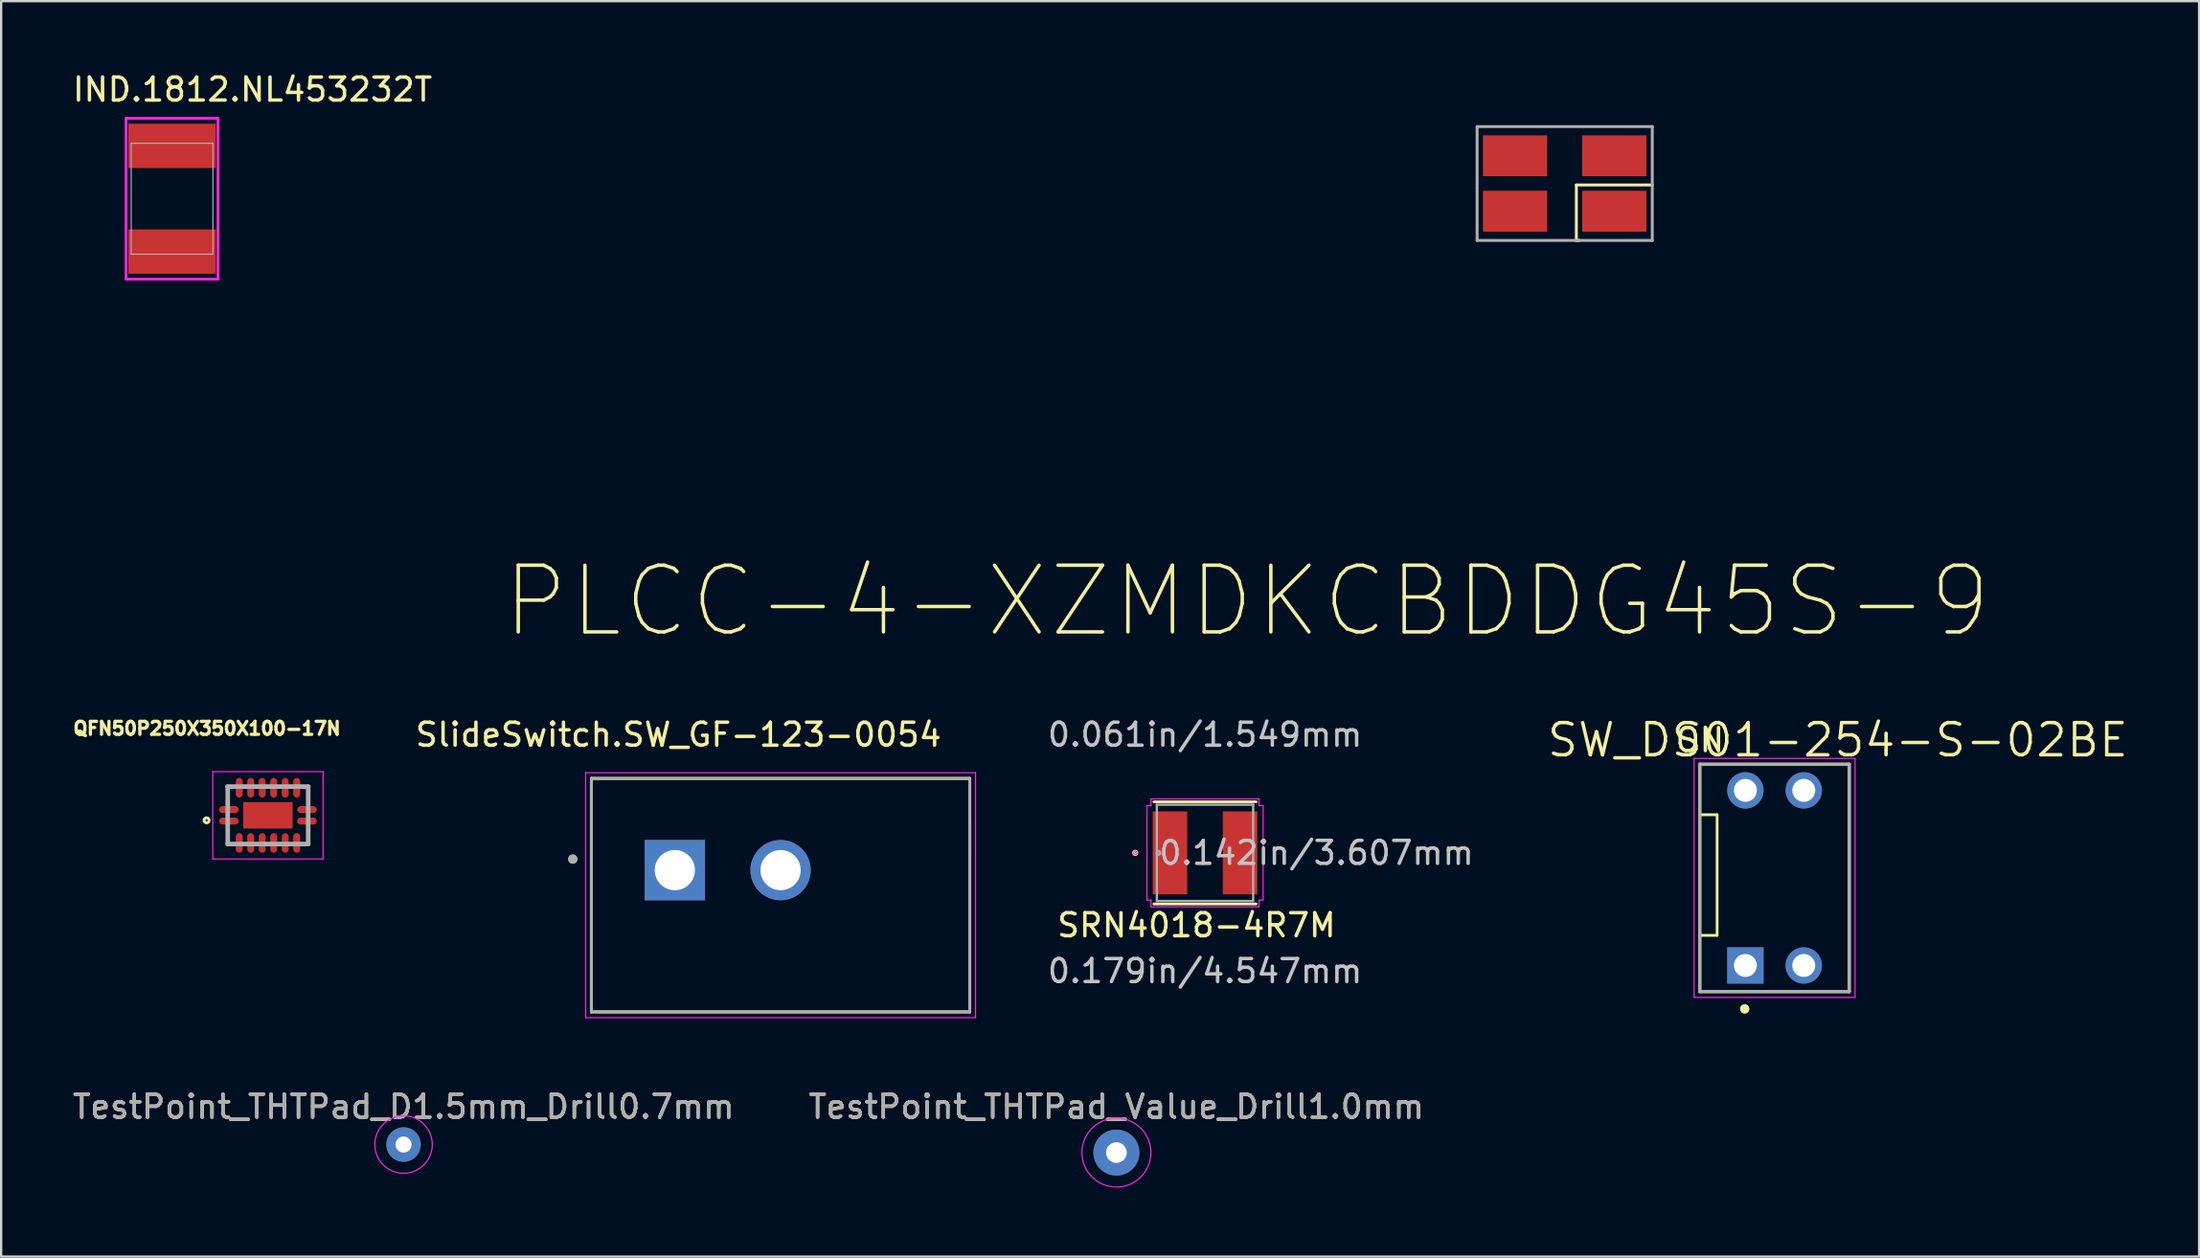
<source format=kicad_pcb>
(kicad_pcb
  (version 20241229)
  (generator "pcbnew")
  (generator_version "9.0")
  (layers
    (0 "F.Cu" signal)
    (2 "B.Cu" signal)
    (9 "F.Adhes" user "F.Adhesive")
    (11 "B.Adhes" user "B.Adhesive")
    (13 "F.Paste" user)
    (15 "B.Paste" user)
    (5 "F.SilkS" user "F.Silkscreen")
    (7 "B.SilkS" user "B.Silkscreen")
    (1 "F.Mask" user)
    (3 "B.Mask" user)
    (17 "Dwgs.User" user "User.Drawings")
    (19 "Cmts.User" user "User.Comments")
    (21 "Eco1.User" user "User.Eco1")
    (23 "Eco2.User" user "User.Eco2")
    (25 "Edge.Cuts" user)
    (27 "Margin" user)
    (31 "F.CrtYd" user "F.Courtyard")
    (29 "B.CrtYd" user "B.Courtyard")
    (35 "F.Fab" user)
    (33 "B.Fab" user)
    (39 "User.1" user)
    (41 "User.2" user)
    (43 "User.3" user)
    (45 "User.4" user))
  (footprint "SRN4018-4R7M"
    (layer "F.Cu")
    (at 49.372 34.068)
    (property "Reference" "SRN4018-4R7M" (at -0.37 3.15 0) (layer "F.SilkS") (effects (font (size 1 1) (thickness 0.15))))
    (attr through_hole)
    (fp_line (start -2.223 2.223) (end 2.223 2.223) (stroke (width 0.12) (type solid)) (layer "F.SilkS"))
    (fp_line (start 2.223 -2.223) (end -2.223 -2.223) (stroke (width 0.12) (type solid)) (layer "F.SilkS"))
    (fp_circle (center -3.035 0) (end -2.959 0) (stroke (width 0.12) (type solid)) (fill no) (layer "F.SilkS"))
    (fp_line (start -2.527 -2.057) (end -2.349 -2.057) (stroke (width 0.05) (type solid)) (layer "F.CrtYd"))
    (fp_line (start -2.527 2.057) (end -2.527 -2.057) (stroke (width 0.05) (type solid)) (layer "F.CrtYd"))
    (fp_line (start -2.349 -2.349) (end 2.349 -2.349) (stroke (width 0.05) (type solid)) (layer "F.CrtYd"))
    (fp_line (start -2.349 -2.057) (end -2.349 -2.349) (stroke (width 0.05) (type solid)) (layer "F.CrtYd"))
    (fp_line (start -2.349 2.057) (end -2.527 2.057) (stroke (width 0.05) (type solid)) (layer "F.CrtYd"))
    (fp_line (start -2.349 2.349) (end -2.349 2.057) (stroke (width 0.05) (type solid)) (layer "F.CrtYd"))
    (fp_line (start 2.349 -2.349) (end 2.349 -2.057) (stroke (width 0.05) (type solid)) (layer "F.CrtYd"))
    (fp_line (start 2.349 -2.057) (end 2.527 -2.057) (stroke (width 0.05) (type solid)) (layer "F.CrtYd"))
    (fp_line (start 2.349 2.057) (end 2.349 2.349) (stroke (width 0.05) (type solid)) (layer "F.CrtYd"))
    (fp_line (start 2.349 2.349) (end -2.349 2.349) (stroke (width 0.05) (type solid)) (layer "F.CrtYd"))
    (fp_line (start 2.527 -2.057) (end 2.527 2.057) (stroke (width 0.05) (type solid)) (layer "F.CrtYd"))
    (fp_line (start 2.527 2.057) (end 2.349 2.057) (stroke (width 0.05) (type solid)) (layer "F.CrtYd"))
    (fp_circle (center -3.035 0) (end -2.959 0) (stroke (width 0.05) (type solid)) (fill no) (layer "F.CrtYd"))
    (fp_line (start -2.095 -2.095) (end -2.095 2.095) (stroke (width 0.1) (type solid)) (layer "F.Fab"))
    (fp_line (start -2.095 2.095) (end 2.095 2.095) (stroke (width 0.1) (type solid)) (layer "F.Fab"))
    (fp_line (start 2.095 -2.095) (end -2.095 -2.095) (stroke (width 0.1) (type solid)) (layer "F.Fab"))
    (fp_line (start 2.095 2.095) (end 2.095 -2.095) (stroke (width 0.1) (type solid)) (layer "F.Fab"))
    (fp_circle (center -2.019 0) (end -1.943 0) (stroke (width 0.1) (type solid)) (fill no) (layer "F.Fab"))
    (fp_text user "0.061in/1.549mm" (at 0 -5.144 0) (layer "Dwgs.User") (effects (font (size 1 1) (thickness 0.15))))
    (fp_text user "0.142in/3.607mm" (at 4.851 0 0) (layer "Dwgs.User") (effects (font (size 1 1) (thickness 0.15))))
    (fp_text user "0.179in/4.547mm" (at 0 5.144 0) (layer "Dwgs.User") (effects (font (size 1 1) (thickness 0.15))))
    (fp_text user "Copyright 2021 Accelerated Designs. All rights reserved." (at 0 0 0) (layer "Cmts.User") (effects (font (size 0.127 0.127) (thickness 0.002))))
    (pad "1" smd rect (at -1.524 0) (size 1.499 3.607) (layers "F.Cu" "F.Mask" "F.Paste"))
    (pad "2" smd rect (at 1.524 0) (size 1.499 3.607) (layers "F.Cu" "F.Mask" "F.Paste")))
  (footprint "IND.1812.NL453232T"
    (layer "F.Cu")
    (at 4.435 5.598)
    (property "Reference" "IND.1812.NL453232T" (at 3.5 -4.75 0) (layer "F.SilkS") (effects (font (size 1 1) (thickness 0.15))))
    (attr through_hole)
    (fp_line (start -2 -3.5) (end -2 3.5) (stroke (width 0.12) (type solid)) (layer "F.CrtYd"))
    (fp_line (start -2 -3.5) (end 2 -3.5) (stroke (width 0.12) (type solid)) (layer "F.CrtYd"))
    (fp_line (start 2 -3.5) (end 2 3.5) (stroke (width 0.12) (type solid)) (layer "F.CrtYd"))
    (fp_line (start 2 3.5) (end -2 3.5) (stroke (width 0.12) (type solid)) (layer "F.CrtYd"))
    (fp_line (start -1.778 -2.413) (end 1.778 -2.413) (stroke (width 0.05) (type solid)) (layer "F.Fab"))
    (fp_line (start -1.778 2.413) (end -1.778 -2.413) (stroke (width 0.05) (type solid)) (layer "F.Fab"))
    (fp_line (start 1.778 -2.413) (end 1.778 2.413) (stroke (width 0.05) (type solid)) (layer "F.Fab"))
    (fp_line (start 1.778 2.413) (end -1.778 2.413) (stroke (width 0.05) (type solid)) (layer "F.Fab"))
    (pad "1" smd rect (at 0 -2.3) (size 3.81 1.93) (layers "F.Cu" "F.Mask" "F.Paste"))
    (pad "2" smd rect (at 0 2.3) (size 3.81 1.93) (layers "F.Cu" "F.Mask" "F.Paste")))
  (footprint "SlideSwitch.SW_GF-123-0054"
    (layer "F.Cu")
    (at 30.908 35.909)
    (property "Reference" "SlideSwitch.SW_GF-123-0054" (at -4.445 -6.985 0) (layer "F.SilkS") (effects (font (size 1 1) (thickness 0.15))))
    (attr through_hole)
    (fp_line (start -8.23 5.08) (end -8.23 -5.08) (stroke (width 0.127) (type solid)) (layer "F.SilkS"))
    (fp_line (start 8.23 -5.08) (end -8.23 -5.08) (stroke (width 0.127) (type solid)) (layer "F.SilkS"))
    (fp_line (start 8.23 -5.08) (end 8.23 5.08) (stroke (width 0.127) (type solid)) (layer "F.SilkS"))
    (fp_line (start 8.23 -3.3) (end 8.23 -1.75) (stroke (width 0.127) (type solid)) (layer "F.SilkS"))
    (fp_line (start 8.23 5.08) (end -8.23 5.08) (stroke (width 0.127) (type solid)) (layer "F.SilkS"))
    (fp_circle (center -9.04 -1.57) (end -8.94 -1.57) (stroke (width 0.2) (type solid)) (fill no) (layer "F.SilkS"))
    (fp_line (start -8.48 -5.33) (end 8.48 -5.33) (stroke (width 0.05) (type solid)) (layer "F.CrtYd"))
    (fp_line (start -8.48 5.33) (end -8.48 -5.33) (stroke (width 0.05) (type solid)) (layer "F.CrtYd"))
    (fp_line (start 8.48 -5.33) (end 8.48 5.33) (stroke (width 0.05) (type solid)) (layer "F.CrtYd"))
    (fp_line (start 8.48 5.33) (end -8.48 5.33) (stroke (width 0.05) (type solid)) (layer "F.CrtYd"))
    (fp_line (start -8.23 -5.08) (end 8.23 -5.08) (stroke (width 0.127) (type solid)) (layer "F.Fab"))
    (fp_line (start -8.23 5.08) (end -8.23 -5.08) (stroke (width 0.127) (type solid)) (layer "F.Fab"))
    (fp_line (start 8.23 -5.08) (end 8.23 5.08) (stroke (width 0.127) (type solid)) (layer "F.Fab"))
    (fp_line (start 8.23 5.08) (end -8.23 5.08) (stroke (width 0.127) (type solid)) (layer "F.Fab"))
    (fp_circle (center -9.04 -1.57) (end -8.94 -1.57) (stroke (width 0.2) (type solid)) (fill no) (layer "F.Fab"))
    (pad "1" thru_hole rect (at -4.6 -1.09) (size 2.625 2.625) (drill 1.75) (layers "*.Cu" "*.Mask"))
    (pad "2" thru_hole circle (at 0 -1.09) (size 2.625 2.625) (drill 1.75) (layers "*.Cu" "*.Mask")))
  (footprint "TestPoint_THTPad_Value_Drill1.0mm"
    (layer "F.Cu")
    (at 45.518 47.112)
    (property "Reference" "TestPoint_THTPad_Value_Drill1.0mm" (at 0 -1.998 0) (layer "F.SilkS") (effects (font (size 1 1) (thickness 0.15))))
    (attr exclude_from_pos_files exclude_from_bom)
    (fp_circle (center 0 0) (end 1.5 0) (stroke (width 0.05) (type solid)) (fill no) (layer "F.CrtYd"))
    (fp_text user "${REFERENCE}" (at 0 -2 0) (layer "F.Fab") (effects (font (size 1 1) (thickness 0.15))))
    (pad "1" thru_hole circle (at 0 0) (size 2 2) (drill 0.9) (layers "*.Cu" "*.Mask")))
  (footprint "PLCC-4-XZMDKCBDDG45S-9"
    (layer "F.Cu")
    (at 65.019 5)
    (property "Reference" "PLCC-4-XZMDKCBDDG45S-9" (at -13.819 18.115 0) (layer "F.SilkS") (effects (font (size 2.901 2.901) (thickness 0.15))))
    (attr through_hole)
    (fp_circle (center 0 0) (end 2.5 0) (stroke (width 5) (type solid)) (fill no) (layer "B.Mask"))
    (fp_line (start 0.508 0) (end 3.81 0) (stroke (width 0.127) (type solid)) (layer "F.SilkS"))
    (fp_line (start 0.508 2.413) (end 0.508 0) (stroke (width 0.127) (type solid)) (layer "F.SilkS"))
    (fp_line (start 0.635 2.413) (end 0.508 2.413) (stroke (width 0.127) (type solid)) (layer "F.SilkS"))
    (fp_line (start -3.81 -2.54) (end -3.81 2.413) (stroke (width 0.127) (type solid)) (layer "F.Fab"))
    (fp_line (start -3.81 2.413) (end 0.635 2.413) (stroke (width 0.127) (type solid)) (layer "F.Fab"))
    (fp_line (start 0.635 2.413) (end 3.81 2.413) (stroke (width 0.127) (type solid)) (layer "F.Fab"))
    (fp_line (start 3.81 -2.54) (end -3.81 -2.54) (stroke (width 0.127) (type solid)) (layer "F.Fab"))
    (fp_line (start 3.81 0) (end 3.81 -2.54) (stroke (width 0.127) (type solid)) (layer "F.Fab"))
    (fp_line (start 3.81 2.413) (end 3.81 0) (stroke (width 0.127) (type solid)) (layer "F.Fab"))
    (pad "1" smd rect (at 2.159 1.143) (size 2.794 1.778) (layers "F.Cu" "F.Mask" "F.Paste"))
    (pad "2" smd rect (at -2.159 1.143) (size 2.794 1.778) (layers "F.Cu" "F.Mask" "F.Paste"))
    (pad "3" smd rect (at -2.159 -1.27) (size 2.794 1.778) (layers "F.Cu" "F.Mask" "F.Paste"))
    (pad "4" smd rect (at 2.159 -1.27) (size 2.794 1.778) (layers "F.Cu" "F.Mask" "F.Paste")))
  (footprint "TestPoint_THTPad_D1.5mm_Drill0.7mm"
    (layer "F.Cu")
    (at 14.506 46.762)
    (property "Reference" "TestPoint_THTPad_D1.5mm_Drill0.7mm" (at 0 -1.648 0) (layer "F.SilkS") (effects (font (size 1 1) (thickness 0.15))))
    (attr exclude_from_pos_files exclude_from_bom)
    (fp_circle (center 0 0) (end 1.25 0) (stroke (width 0.05) (type solid)) (fill no) (layer "F.CrtYd"))
    (fp_text user "${REFERENCE}" (at 0 -1.65 0) (layer "F.Fab") (effects (font (size 1 1) (thickness 0.15))))
    (pad "1" thru_hole circle (at 0 0) (size 1.5 1.5) (drill 0.7) (layers "*.Cu" "*.Mask")))
  (footprint "QFN50P250X350X100-17N"
    (layer "F.Cu")
    (at 8.607 32.434)
    (property "Reference" "QFN50P250X350X100-17N" (at -2.653 -3.78 0) (layer "F.SilkS") (effects (font (size 0.565 0.565) (thickness 0.15))))
    (attr through_hole)
    (fp_circle (center -2.67 0.217) (end -2.561 0.217) (stroke (width 0.127) (type solid)) (fill no) (layer "F.SilkS"))
    (fp_line (start -2.4 -1.9) (end 2.4 -1.9) (stroke (width 0.05) (type solid)) (layer "F.CrtYd"))
    (fp_line (start -2.4 1.9) (end -2.4 -1.9) (stroke (width 0.05) (type solid)) (layer "F.CrtYd"))
    (fp_line (start 2.4 -1.9) (end 2.4 1.9) (stroke (width 0.05) (type solid)) (layer "F.CrtYd"))
    (fp_line (start 2.4 1.9) (end -2.4 1.9) (stroke (width 0.05) (type solid)) (layer "F.CrtYd"))
    (fp_line (start -1.75 -1.25) (end -1.75 1.25) (stroke (width 0.2) (type solid)) (layer "F.Fab"))
    (fp_line (start 1.75 -1.25) (end -1.75 -1.25) (stroke (width 0.2) (type solid)) (layer "F.Fab"))
    (fp_line (start 1.75 -1.25) (end 1.75 1.25) (stroke (width 0.2) (type solid)) (layer "F.Fab"))
    (fp_line (start 1.75 1.25) (end -1.75 1.25) (stroke (width 0.2) (type solid)) (layer "F.Fab"))
    (pad "1" smd oval (at -1.7 0.25) (size 0.85 0.3) (layers "F.Cu" "F.Mask" "F.Paste"))
    (pad "2" smd oval (at -1.25 1.2) (size 0.3 0.85) (layers "F.Cu" "F.Mask" "F.Paste"))
    (pad "3" smd oval (at -0.75 1.2) (size 0.3 0.85) (layers "F.Cu" "F.Mask" "F.Paste"))
    (pad "4" smd oval (at -0.25 1.2) (size 0.3 0.85) (layers "F.Cu" "F.Mask" "F.Paste"))
    (pad "5" smd oval (at 0.25 1.2) (size 0.3 0.85) (layers "F.Cu" "F.Mask" "F.Paste"))
    (pad "6" smd oval (at 0.75 1.2) (size 0.3 0.85) (layers "F.Cu" "F.Mask" "F.Paste"))
    (pad "7" smd oval (at 1.25 1.2) (size 0.3 0.85) (layers "F.Cu" "F.Mask" "F.Paste"))
    (pad "8" smd oval (at 1.7 0.25) (size 0.85 0.3) (layers "F.Cu" "F.Mask" "F.Paste"))
    (pad "9" smd oval (at 1.7 -0.25) (size 0.85 0.3) (layers "F.Cu" "F.Mask" "F.Paste"))
    (pad "10" smd oval (at 1.25 -1.2) (size 0.3 0.85) (layers "F.Cu" "F.Mask" "F.Paste"))
    (pad "11" smd oval (at 0.75 -1.2) (size 0.3 0.85) (layers "F.Cu" "F.Mask" "F.Paste"))
    (pad "12" smd oval (at 0.25 -1.2) (size 0.3 0.85) (layers "F.Cu" "F.Mask" "F.Paste"))
    (pad "13" smd oval (at -0.25 -1.2) (size 0.3 0.85) (layers "F.Cu" "F.Mask" "F.Paste"))
    (pad "14" smd oval (at -0.75 -1.2) (size 0.3 0.85) (layers "F.Cu" "F.Mask" "F.Paste"))
    (pad "15" smd oval (at -1.25 -1.2) (size 0.3 0.85) (layers "F.Cu" "F.Mask" "F.Paste"))
    (pad "16" smd oval (at -1.7 -0.25) (size 0.85 0.3) (layers "F.Cu" "F.Mask" "F.Paste"))
    (pad "17" smd rect (at 0 0) (size 2.15 1.15) (layers "F.Cu" "F.Mask")))
  (footprint "SW_DS01-254-S-02BE"
    (layer "F.Cu")
    (at 74.15 35.158)
    (property "Reference" "SW_DS01-254-S-02BE" (at 2.75 -6 0) (layer "F.SilkS") (effects (font (size 1.4 1.4) (thickness 0.15))))
    (attr through_hole)
    (fp_line (start -3.25 -4.95) (end 3.25 -4.95) (stroke (width 0.127) (type solid)) (layer "F.SilkS"))
    (fp_line (start -3.25 -2.75) (end -2.5 -2.75) (stroke (width 0.12) (type solid)) (layer "F.SilkS"))
    (fp_line (start -3.25 2.5) (end -2.5 2.5) (stroke (width 0.12) (type solid)) (layer "F.SilkS"))
    (fp_line (start -3.25 4.95) (end -3.25 -4.95) (stroke (width 0.127) (type solid)) (layer "F.SilkS"))
    (fp_line (start -2.5 -2.75) (end -2.5 2.5) (stroke (width 0.12) (type solid)) (layer "F.SilkS"))
    (fp_line (start 3.25 -4.95) (end 3.25 4.95) (stroke (width 0.127) (type solid)) (layer "F.SilkS"))
    (fp_line (start 3.25 4.95) (end -3.25 4.95) (stroke (width 0.127) (type solid)) (layer "F.SilkS"))
    (fp_circle (center -1.3 5.7) (end -1.2 5.7) (stroke (width 0.2) (type solid)) (fill no) (layer "F.SilkS"))
    (fp_circle (center -1.3 5.7) (end -1.2 5.7) (stroke (width 0.2) (type solid)) (fill no) (layer "F.SilkS"))
    (fp_line (start -3.5 -5.2) (end -3.5 5.2) (stroke (width 0.05) (type solid)) (layer "F.CrtYd"))
    (fp_line (start -3.5 5.2) (end 3.5 5.2) (stroke (width 0.05) (type solid)) (layer "F.CrtYd"))
    (fp_line (start 3.5 -5.2) (end -3.5 -5.2) (stroke (width 0.05) (type solid)) (layer "F.CrtYd"))
    (fp_line (start 3.5 5.2) (end 3.5 -5.2) (stroke (width 0.05) (type solid)) (layer "F.CrtYd"))
    (fp_line (start -3.25 -4.95) (end 3.25 -4.95) (stroke (width 0.127) (type solid)) (layer "F.Fab"))
    (fp_line (start -3.25 4.95) (end -3.25 -4.95) (stroke (width 0.127) (type solid)) (layer "F.Fab"))
    (fp_line (start 3.25 -4.95) (end 3.25 4.95) (stroke (width 0.127) (type solid)) (layer "F.Fab"))
    (fp_line (start 3.25 4.95) (end -3.25 4.95) (stroke (width 0.127) (type solid)) (layer "F.Fab"))
    (fp_text user "ON" (at -3.25 -6 0) (layer "F.SilkS") (effects (font (size 1 1) (thickness 0.15))))
    (pad "1A" thru_hole rect (at -1.27 3.81) (size 1.58 1.58) (drill 1) (layers "*.Cu" "*.Mask"))
    (pad "1B" thru_hole circle (at -1.27 -3.81) (size 1.58 1.58) (drill 1) (layers "*.Cu" "*.Mask"))
    (pad "2A" thru_hole circle (at 1.27 3.81) (size 1.58 1.58) (drill 1) (layers "*.Cu" "*.Mask"))
    (pad "2B" thru_hole circle (at 1.27 -3.81) (size 1.58 1.58) (drill 1) (layers "*.Cu" "*.Mask")))
  (gr_rect
    (start -3 -3)
    (end 92.618 51.637)
    (stroke (width 0.1) (type default))
    (fill no)
    (layer "Edge.Cuts")))
</source>
